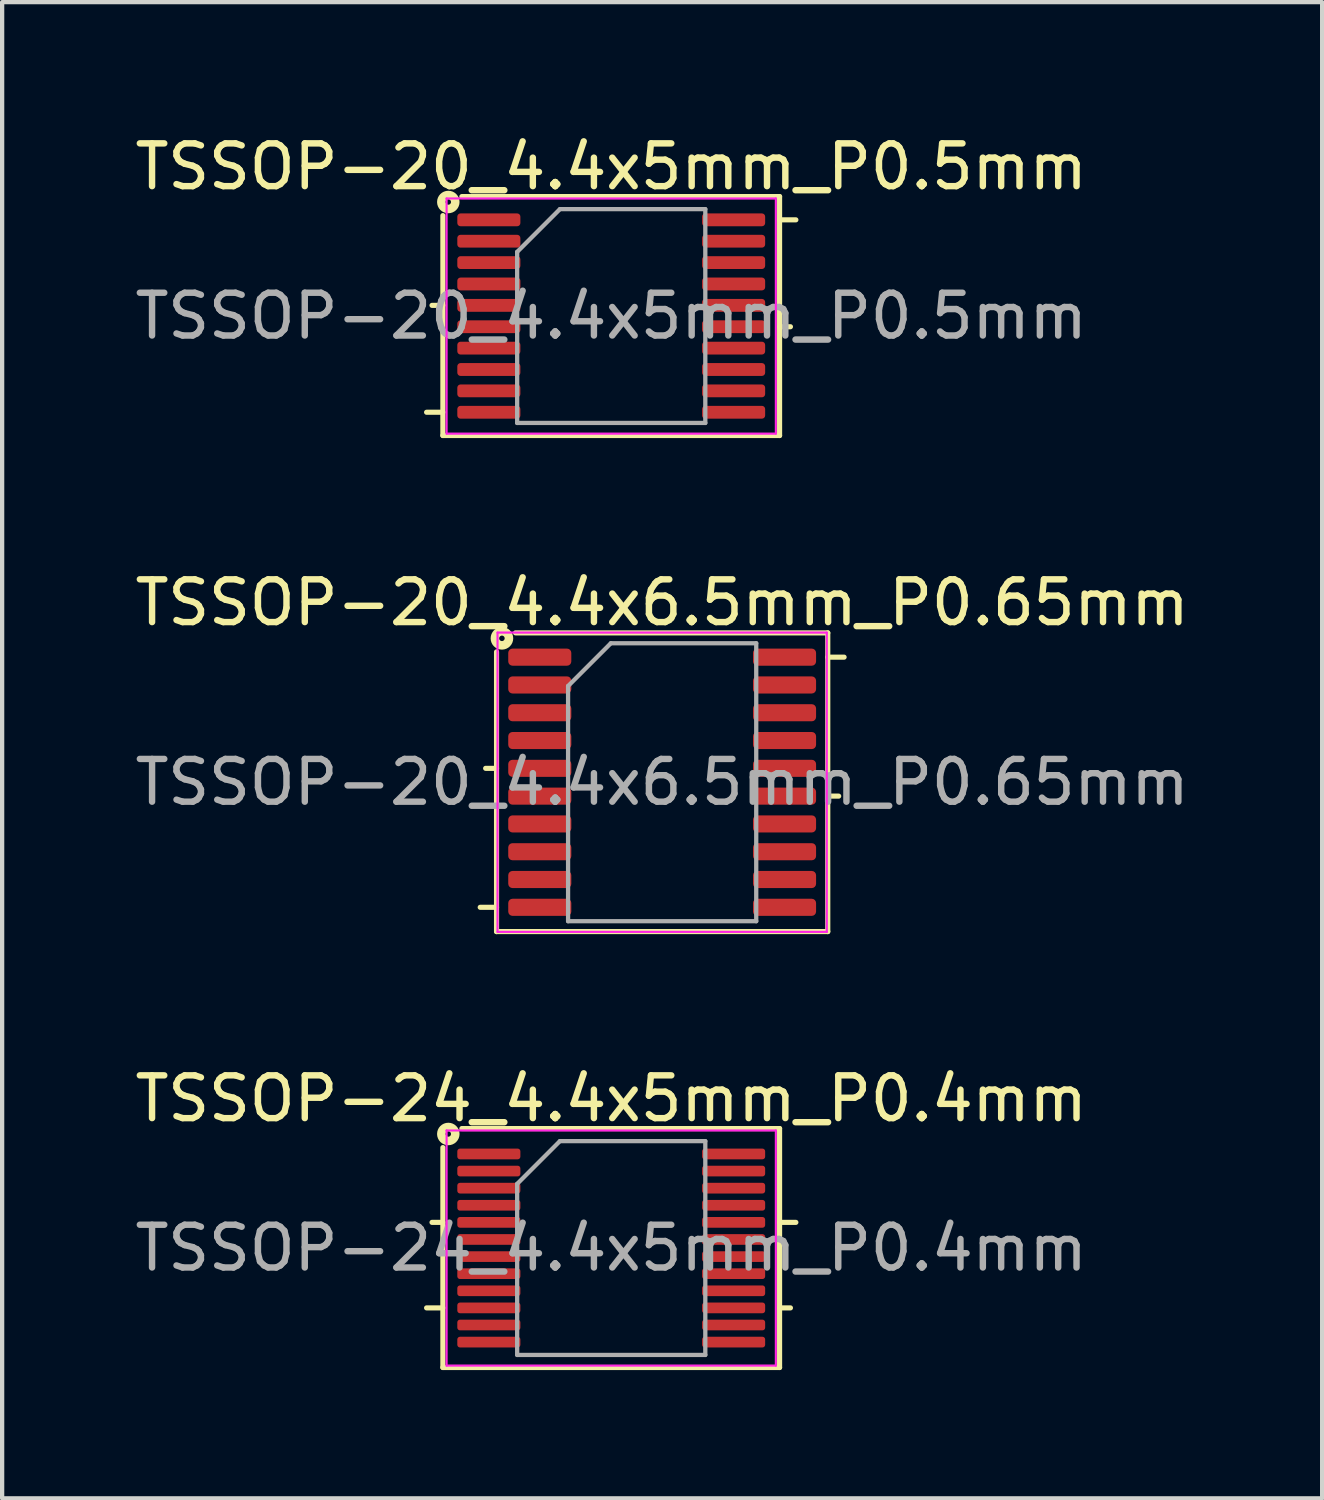
<source format=kicad_pcb>
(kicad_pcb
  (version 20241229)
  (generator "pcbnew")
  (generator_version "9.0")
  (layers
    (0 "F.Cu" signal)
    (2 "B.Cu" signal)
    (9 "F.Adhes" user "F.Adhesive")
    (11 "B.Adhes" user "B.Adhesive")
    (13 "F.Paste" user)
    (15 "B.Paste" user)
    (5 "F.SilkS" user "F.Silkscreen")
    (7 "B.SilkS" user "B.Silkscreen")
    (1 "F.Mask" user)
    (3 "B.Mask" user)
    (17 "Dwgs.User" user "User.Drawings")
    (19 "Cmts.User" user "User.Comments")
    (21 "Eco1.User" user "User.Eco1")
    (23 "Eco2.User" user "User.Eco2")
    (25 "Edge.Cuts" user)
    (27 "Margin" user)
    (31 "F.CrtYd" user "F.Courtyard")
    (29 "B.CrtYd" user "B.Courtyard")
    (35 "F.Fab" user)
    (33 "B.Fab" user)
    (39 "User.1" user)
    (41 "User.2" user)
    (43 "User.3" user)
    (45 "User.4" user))
  (footprint "TSSOP-24_4.4x5mm_P0.4mm"
    (layer "F.Cu")
    (at 11.244 26.136)
    (property "Reference" "TSSOP-24_4.4x5mm_P0.4mm" (at 0 -3.493 0) (layer "F.SilkS") (effects (font (size 1 1) (thickness 0.15))))
    (attr smd)
    (fp_line (start -4.318 1.4) (end -3.937 1.4) (stroke (width 0.12) (type solid)) (layer "F.SilkS"))
    (fp_line (start -4.191 -0.6) (end -3.937 -0.6) (stroke (width 0.12) (type solid)) (layer "F.SilkS"))
    (fp_line (start -3.937 -2.349) (end -3.937 2.794) (stroke (width 0.12) (type solid)) (layer "F.SilkS"))
    (fp_line (start -3.937 2.794) (end 3.937 2.794) (stroke (width 0.12) (type solid)) (layer "F.SilkS"))
    (fp_line (start 3.937 -2.794) (end -3.493 -2.794) (stroke (width 0.12) (type solid)) (layer "F.SilkS"))
    (fp_line (start 3.937 -0.6) (end 4.318 -0.6) (stroke (width 0.12) (type solid)) (layer "F.SilkS"))
    (fp_line (start 3.937 1.4) (end 4.191 1.4) (stroke (width 0.12) (type solid)) (layer "F.SilkS"))
    (fp_line (start 3.937 2.794) (end 3.937 -2.794) (stroke (width 0.12) (type solid)) (layer "F.SilkS"))
    (fp_circle (center -3.81 -2.667) (end -3.747 -2.667) (stroke (width 0.2) (type solid)) (fill no) (layer "F.SilkS"))
    (fp_line (start -3.85 -2.75) (end -3.85 2.75) (stroke (width 0.05) (type solid)) (layer "F.CrtYd"))
    (fp_line (start -3.85 2.75) (end 3.85 2.75) (stroke (width 0.05) (type solid)) (layer "F.CrtYd"))
    (fp_line (start 3.85 -2.75) (end -3.85 -2.75) (stroke (width 0.05) (type solid)) (layer "F.CrtYd"))
    (fp_line (start 3.85 2.75) (end 3.85 -2.75) (stroke (width 0.05) (type solid)) (layer "F.CrtYd"))
    (fp_line (start -2.2 -1.5) (end -1.2 -2.5) (stroke (width 0.1) (type solid)) (layer "F.Fab"))
    (fp_line (start -2.2 2.5) (end -2.2 -1.5) (stroke (width 0.1) (type solid)) (layer "F.Fab"))
    (fp_line (start -1.2 -2.5) (end 2.2 -2.5) (stroke (width 0.1) (type solid)) (layer "F.Fab"))
    (fp_line (start 2.2 -2.5) (end 2.2 2.5) (stroke (width 0.1) (type solid)) (layer "F.Fab"))
    (fp_line (start 2.2 2.5) (end -2.2 2.5) (stroke (width 0.1) (type solid)) (layer "F.Fab"))
    (fp_text user "${REFERENCE}" (at 0 0 0) (layer "F.Fab") (effects (font (size 1 1) (thickness 0.15))))
    (pad "1" smd roundrect (at -2.862 -2.2) (size 1.475 0.25) (layers "F.Cu" "F.Mask" "F.Paste") (roundrect_rratio 0.25))
    (pad "2" smd roundrect (at -2.862 -1.8) (size 1.475 0.25) (layers "F.Cu" "F.Mask" "F.Paste") (roundrect_rratio 0.25))
    (pad "3" smd roundrect (at -2.862 -1.4) (size 1.475 0.25) (layers "F.Cu" "F.Mask" "F.Paste") (roundrect_rratio 0.25))
    (pad "4" smd roundrect (at -2.862 -1) (size 1.475 0.25) (layers "F.Cu" "F.Mask" "F.Paste") (roundrect_rratio 0.25))
    (pad "5" smd roundrect (at -2.862 -0.6) (size 1.475 0.25) (layers "F.Cu" "F.Mask" "F.Paste") (roundrect_rratio 0.25))
    (pad "6" smd roundrect (at -2.862 -0.2) (size 1.475 0.25) (layers "F.Cu" "F.Mask" "F.Paste") (roundrect_rratio 0.25))
    (pad "7" smd roundrect (at -2.862 0.2) (size 1.475 0.25) (layers "F.Cu" "F.Mask" "F.Paste") (roundrect_rratio 0.25))
    (pad "8" smd roundrect (at -2.862 0.6) (size 1.475 0.25) (layers "F.Cu" "F.Mask" "F.Paste") (roundrect_rratio 0.25))
    (pad "9" smd roundrect (at -2.862 1) (size 1.475 0.25) (layers "F.Cu" "F.Mask" "F.Paste") (roundrect_rratio 0.25))
    (pad "10" smd roundrect (at -2.862 1.4) (size 1.475 0.25) (layers "F.Cu" "F.Mask" "F.Paste") (roundrect_rratio 0.25))
    (pad "11" smd roundrect (at -2.862 1.8) (size 1.475 0.25) (layers "F.Cu" "F.Mask" "F.Paste") (roundrect_rratio 0.25))
    (pad "12" smd roundrect (at -2.862 2.2) (size 1.475 0.25) (layers "F.Cu" "F.Mask" "F.Paste") (roundrect_rratio 0.25))
    (pad "13" smd roundrect (at 2.862 2.2) (size 1.475 0.25) (layers "F.Cu" "F.Mask" "F.Paste") (roundrect_rratio 0.25))
    (pad "14" smd roundrect (at 2.862 1.8) (size 1.475 0.25) (layers "F.Cu" "F.Mask" "F.Paste") (roundrect_rratio 0.25))
    (pad "15" smd roundrect (at 2.862 1.4) (size 1.475 0.25) (layers "F.Cu" "F.Mask" "F.Paste") (roundrect_rratio 0.25))
    (pad "16" smd roundrect (at 2.862 1) (size 1.475 0.25) (layers "F.Cu" "F.Mask" "F.Paste") (roundrect_rratio 0.25))
    (pad "17" smd roundrect (at 2.862 0.6) (size 1.475 0.25) (layers "F.Cu" "F.Mask" "F.Paste") (roundrect_rratio 0.25))
    (pad "18" smd roundrect (at 2.862 0.2) (size 1.475 0.25) (layers "F.Cu" "F.Mask" "F.Paste") (roundrect_rratio 0.25))
    (pad "19" smd roundrect (at 2.862 -0.2) (size 1.475 0.25) (layers "F.Cu" "F.Mask" "F.Paste") (roundrect_rratio 0.25))
    (pad "20" smd roundrect (at 2.862 -0.6) (size 1.475 0.25) (layers "F.Cu" "F.Mask" "F.Paste") (roundrect_rratio 0.25))
    (pad "21" smd roundrect (at 2.862 -1) (size 1.475 0.25) (layers "F.Cu" "F.Mask" "F.Paste") (roundrect_rratio 0.25))
    (pad "22" smd roundrect (at 2.862 -1.4) (size 1.475 0.25) (layers "F.Cu" "F.Mask" "F.Paste") (roundrect_rratio 0.25))
    (pad "23" smd roundrect (at 2.862 -1.8) (size 1.475 0.25) (layers "F.Cu" "F.Mask" "F.Paste") (roundrect_rratio 0.25))
    (pad "24" smd roundrect (at 2.862 -2.2) (size 1.475 0.25) (layers "F.Cu" "F.Mask" "F.Paste") (roundrect_rratio 0.25)))
  (footprint "TSSOP-20_4.4x6.5mm_P0.65mm"
    (layer "F.Cu")
    (at 12.435 15.243)
    (property "Reference" "TSSOP-20_4.4x6.5mm_P0.65mm" (at 0 -4.2 0) (layer "F.SilkS") (effects (font (size 1 1) (thickness 0.15))))
    (attr smd)
    (fp_line (start -3.873 -3.048) (end -3.873 3.493) (stroke (width 0.12) (type solid)) (layer "F.SilkS"))
    (fp_line (start -3.873 -0.325) (end -4.128 -0.325) (stroke (width 0.12) (type solid)) (layer "F.SilkS"))
    (fp_line (start -3.873 2.925) (end -4.255 2.925) (stroke (width 0.12) (type solid)) (layer "F.SilkS"))
    (fp_line (start -3.873 3.493) (end 3.873 3.493) (stroke (width 0.12) (type solid)) (layer "F.SilkS"))
    (fp_line (start 3.873 -3.493) (end -3.429 -3.493) (stroke (width 0.12) (type solid)) (layer "F.SilkS"))
    (fp_line (start 3.873 -2.925) (end 4.255 -2.925) (stroke (width 0.12) (type solid)) (layer "F.SilkS"))
    (fp_line (start 3.873 0.325) (end 4.128 0.325) (stroke (width 0.12) (type solid)) (layer "F.SilkS"))
    (fp_line (start 3.873 3.493) (end 3.873 -3.493) (stroke (width 0.12) (type solid)) (layer "F.SilkS"))
    (fp_circle (center -3.747 -3.365) (end -3.683 -3.365) (stroke (width 0.2) (type solid)) (fill no) (layer "F.SilkS"))
    (fp_line (start -3.85 -3.5) (end -3.85 3.5) (stroke (width 0.05) (type solid)) (layer "F.CrtYd"))
    (fp_line (start -3.85 3.5) (end 3.85 3.5) (stroke (width 0.05) (type solid)) (layer "F.CrtYd"))
    (fp_line (start 3.85 -3.5) (end -3.85 -3.5) (stroke (width 0.05) (type solid)) (layer "F.CrtYd"))
    (fp_line (start 3.85 3.5) (end 3.85 -3.5) (stroke (width 0.05) (type solid)) (layer "F.CrtYd"))
    (fp_line (start -2.2 -2.25) (end -1.2 -3.25) (stroke (width 0.1) (type solid)) (layer "F.Fab"))
    (fp_line (start -2.2 3.25) (end -2.2 -2.25) (stroke (width 0.1) (type solid)) (layer "F.Fab"))
    (fp_line (start -1.2 -3.25) (end 2.2 -3.25) (stroke (width 0.1) (type solid)) (layer "F.Fab"))
    (fp_line (start 2.2 -3.25) (end 2.2 3.25) (stroke (width 0.1) (type solid)) (layer "F.Fab"))
    (fp_line (start 2.2 3.25) (end -2.2 3.25) (stroke (width 0.1) (type solid)) (layer "F.Fab"))
    (fp_text user "${REFERENCE}" (at 0 0 0) (layer "F.Fab") (effects (font (size 1 1) (thickness 0.15))))
    (pad "1" smd roundrect (at -2.862 -2.925) (size 1.475 0.4) (layers "F.Cu" "F.Mask" "F.Paste") (roundrect_rratio 0.25))
    (pad "2" smd roundrect (at -2.862 -2.275) (size 1.475 0.4) (layers "F.Cu" "F.Mask" "F.Paste") (roundrect_rratio 0.25))
    (pad "3" smd roundrect (at -2.862 -1.625) (size 1.475 0.4) (layers "F.Cu" "F.Mask" "F.Paste") (roundrect_rratio 0.25))
    (pad "4" smd roundrect (at -2.862 -0.975) (size 1.475 0.4) (layers "F.Cu" "F.Mask" "F.Paste") (roundrect_rratio 0.25))
    (pad "5" smd roundrect (at -2.862 -0.325) (size 1.475 0.4) (layers "F.Cu" "F.Mask" "F.Paste") (roundrect_rratio 0.25))
    (pad "6" smd roundrect (at -2.862 0.325) (size 1.475 0.4) (layers "F.Cu" "F.Mask" "F.Paste") (roundrect_rratio 0.25))
    (pad "7" smd roundrect (at -2.862 0.975) (size 1.475 0.4) (layers "F.Cu" "F.Mask" "F.Paste") (roundrect_rratio 0.25))
    (pad "8" smd roundrect (at -2.862 1.625) (size 1.475 0.4) (layers "F.Cu" "F.Mask" "F.Paste") (roundrect_rratio 0.25))
    (pad "9" smd roundrect (at -2.862 2.275) (size 1.475 0.4) (layers "F.Cu" "F.Mask" "F.Paste") (roundrect_rratio 0.25))
    (pad "10" smd roundrect (at -2.862 2.925) (size 1.475 0.4) (layers "F.Cu" "F.Mask" "F.Paste") (roundrect_rratio 0.25))
    (pad "11" smd roundrect (at 2.862 2.925) (size 1.475 0.4) (layers "F.Cu" "F.Mask" "F.Paste") (roundrect_rratio 0.25))
    (pad "12" smd roundrect (at 2.862 2.275) (size 1.475 0.4) (layers "F.Cu" "F.Mask" "F.Paste") (roundrect_rratio 0.25))
    (pad "13" smd roundrect (at 2.862 1.625) (size 1.475 0.4) (layers "F.Cu" "F.Mask" "F.Paste") (roundrect_rratio 0.25))
    (pad "14" smd roundrect (at 2.862 0.975) (size 1.475 0.4) (layers "F.Cu" "F.Mask" "F.Paste") (roundrect_rratio 0.25))
    (pad "15" smd roundrect (at 2.862 0.325) (size 1.475 0.4) (layers "F.Cu" "F.Mask" "F.Paste") (roundrect_rratio 0.25))
    (pad "16" smd roundrect (at 2.862 -0.325) (size 1.475 0.4) (layers "F.Cu" "F.Mask" "F.Paste") (roundrect_rratio 0.25))
    (pad "17" smd roundrect (at 2.862 -0.975) (size 1.475 0.4) (layers "F.Cu" "F.Mask" "F.Paste") (roundrect_rratio 0.25))
    (pad "18" smd roundrect (at 2.862 -1.625) (size 1.475 0.4) (layers "F.Cu" "F.Mask" "F.Paste") (roundrect_rratio 0.25))
    (pad "19" smd roundrect (at 2.862 -2.275) (size 1.475 0.4) (layers "F.Cu" "F.Mask" "F.Paste") (roundrect_rratio 0.25))
    (pad "20" smd roundrect (at 2.862 -2.925) (size 1.475 0.4) (layers "F.Cu" "F.Mask" "F.Paste") (roundrect_rratio 0.25)))
  (footprint "TSSOP-20_4.4x5mm_P0.5mm"
    (layer "F.Cu")
    (at 11.244 4.341)
    (property "Reference" "TSSOP-20_4.4x5mm_P0.5mm" (at 0 -3.493 0) (layer "F.SilkS") (effects (font (size 1 1) (thickness 0.15))))
    (attr smd)
    (fp_line (start -4.318 2.25) (end -3.937 2.25) (stroke (width 0.12) (type solid)) (layer "F.SilkS"))
    (fp_line (start -4.191 -0.25) (end -3.937 -0.25) (stroke (width 0.12) (type solid)) (layer "F.SilkS"))
    (fp_line (start -3.937 -2.349) (end -3.937 2.794) (stroke (width 0.12) (type solid)) (layer "F.SilkS"))
    (fp_line (start -3.937 2.794) (end 3.937 2.794) (stroke (width 0.12) (type solid)) (layer "F.SilkS"))
    (fp_line (start 3.937 -2.794) (end -3.493 -2.794) (stroke (width 0.12) (type solid)) (layer "F.SilkS"))
    (fp_line (start 3.937 -2.25) (end 4.318 -2.25) (stroke (width 0.12) (type solid)) (layer "F.SilkS"))
    (fp_line (start 3.937 0.25) (end 4.191 0.25) (stroke (width 0.12) (type solid)) (layer "F.SilkS"))
    (fp_line (start 3.937 2.794) (end 3.937 -2.794) (stroke (width 0.12) (type solid)) (layer "F.SilkS"))
    (fp_circle (center -3.81 -2.667) (end -3.747 -2.667) (stroke (width 0.2) (type solid)) (fill no) (layer "F.SilkS"))
    (fp_line (start -3.85 -2.75) (end -3.85 2.75) (stroke (width 0.05) (type solid)) (layer "F.CrtYd"))
    (fp_line (start -3.85 2.75) (end 3.85 2.75) (stroke (width 0.05) (type solid)) (layer "F.CrtYd"))
    (fp_line (start 3.85 -2.75) (end -3.85 -2.75) (stroke (width 0.05) (type solid)) (layer "F.CrtYd"))
    (fp_line (start 3.85 2.75) (end 3.85 -2.75) (stroke (width 0.05) (type solid)) (layer "F.CrtYd"))
    (fp_line (start -2.2 -1.5) (end -1.2 -2.5) (stroke (width 0.1) (type solid)) (layer "F.Fab"))
    (fp_line (start -2.2 2.5) (end -2.2 -1.5) (stroke (width 0.1) (type solid)) (layer "F.Fab"))
    (fp_line (start -1.2 -2.5) (end 2.2 -2.5) (stroke (width 0.1) (type solid)) (layer "F.Fab"))
    (fp_line (start 2.2 -2.5) (end 2.2 2.5) (stroke (width 0.1) (type solid)) (layer "F.Fab"))
    (fp_line (start 2.2 2.5) (end -2.2 2.5) (stroke (width 0.1) (type solid)) (layer "F.Fab"))
    (fp_text user "${REFERENCE}" (at 0 0 0) (layer "F.Fab") (effects (font (size 1 1) (thickness 0.15))))
    (pad "1" smd roundrect (at -2.862 -2.25) (size 1.475 0.3) (layers "F.Cu" "F.Mask" "F.Paste") (roundrect_rratio 0.25))
    (pad "2" smd roundrect (at -2.862 -1.75) (size 1.475 0.3) (layers "F.Cu" "F.Mask" "F.Paste") (roundrect_rratio 0.25))
    (pad "3" smd roundrect (at -2.862 -1.25) (size 1.475 0.3) (layers "F.Cu" "F.Mask" "F.Paste") (roundrect_rratio 0.25))
    (pad "4" smd roundrect (at -2.862 -0.75) (size 1.475 0.3) (layers "F.Cu" "F.Mask" "F.Paste") (roundrect_rratio 0.25))
    (pad "5" smd roundrect (at -2.862 -0.25) (size 1.475 0.3) (layers "F.Cu" "F.Mask" "F.Paste") (roundrect_rratio 0.25))
    (pad "6" smd roundrect (at -2.862 0.25) (size 1.475 0.3) (layers "F.Cu" "F.Mask" "F.Paste") (roundrect_rratio 0.25))
    (pad "7" smd roundrect (at -2.862 0.75) (size 1.475 0.3) (layers "F.Cu" "F.Mask" "F.Paste") (roundrect_rratio 0.25))
    (pad "8" smd roundrect (at -2.862 1.25) (size 1.475 0.3) (layers "F.Cu" "F.Mask" "F.Paste") (roundrect_rratio 0.25))
    (pad "9" smd roundrect (at -2.862 1.75) (size 1.475 0.3) (layers "F.Cu" "F.Mask" "F.Paste") (roundrect_rratio 0.25))
    (pad "10" smd roundrect (at -2.862 2.25) (size 1.475 0.3) (layers "F.Cu" "F.Mask" "F.Paste") (roundrect_rratio 0.25))
    (pad "11" smd roundrect (at 2.862 2.25) (size 1.475 0.3) (layers "F.Cu" "F.Mask" "F.Paste") (roundrect_rratio 0.25))
    (pad "12" smd roundrect (at 2.862 1.75) (size 1.475 0.3) (layers "F.Cu" "F.Mask" "F.Paste") (roundrect_rratio 0.25))
    (pad "13" smd roundrect (at 2.862 1.25) (size 1.475 0.3) (layers "F.Cu" "F.Mask" "F.Paste") (roundrect_rratio 0.25))
    (pad "14" smd roundrect (at 2.862 0.75) (size 1.475 0.3) (layers "F.Cu" "F.Mask" "F.Paste") (roundrect_rratio 0.25))
    (pad "15" smd roundrect (at 2.862 0.25) (size 1.475 0.3) (layers "F.Cu" "F.Mask" "F.Paste") (roundrect_rratio 0.25))
    (pad "16" smd roundrect (at 2.862 -0.25) (size 1.475 0.3) (layers "F.Cu" "F.Mask" "F.Paste") (roundrect_rratio 0.25))
    (pad "17" smd roundrect (at 2.862 -0.75) (size 1.475 0.3) (layers "F.Cu" "F.Mask" "F.Paste") (roundrect_rratio 0.25))
    (pad "18" smd roundrect (at 2.862 -1.25) (size 1.475 0.3) (layers "F.Cu" "F.Mask" "F.Paste") (roundrect_rratio 0.25))
    (pad "19" smd roundrect (at 2.862 -1.75) (size 1.475 0.3) (layers "F.Cu" "F.Mask" "F.Paste") (roundrect_rratio 0.25))
    (pad "20" smd roundrect (at 2.862 -2.25) (size 1.475 0.3) (layers "F.Cu" "F.Mask" "F.Paste") (roundrect_rratio 0.25)))
  (gr_rect
    (start -3 -3)
    (end 27.869 31.99)
    (stroke (width 0.1) (type default))
    (fill no)
    (layer "Edge.Cuts")))
</source>
